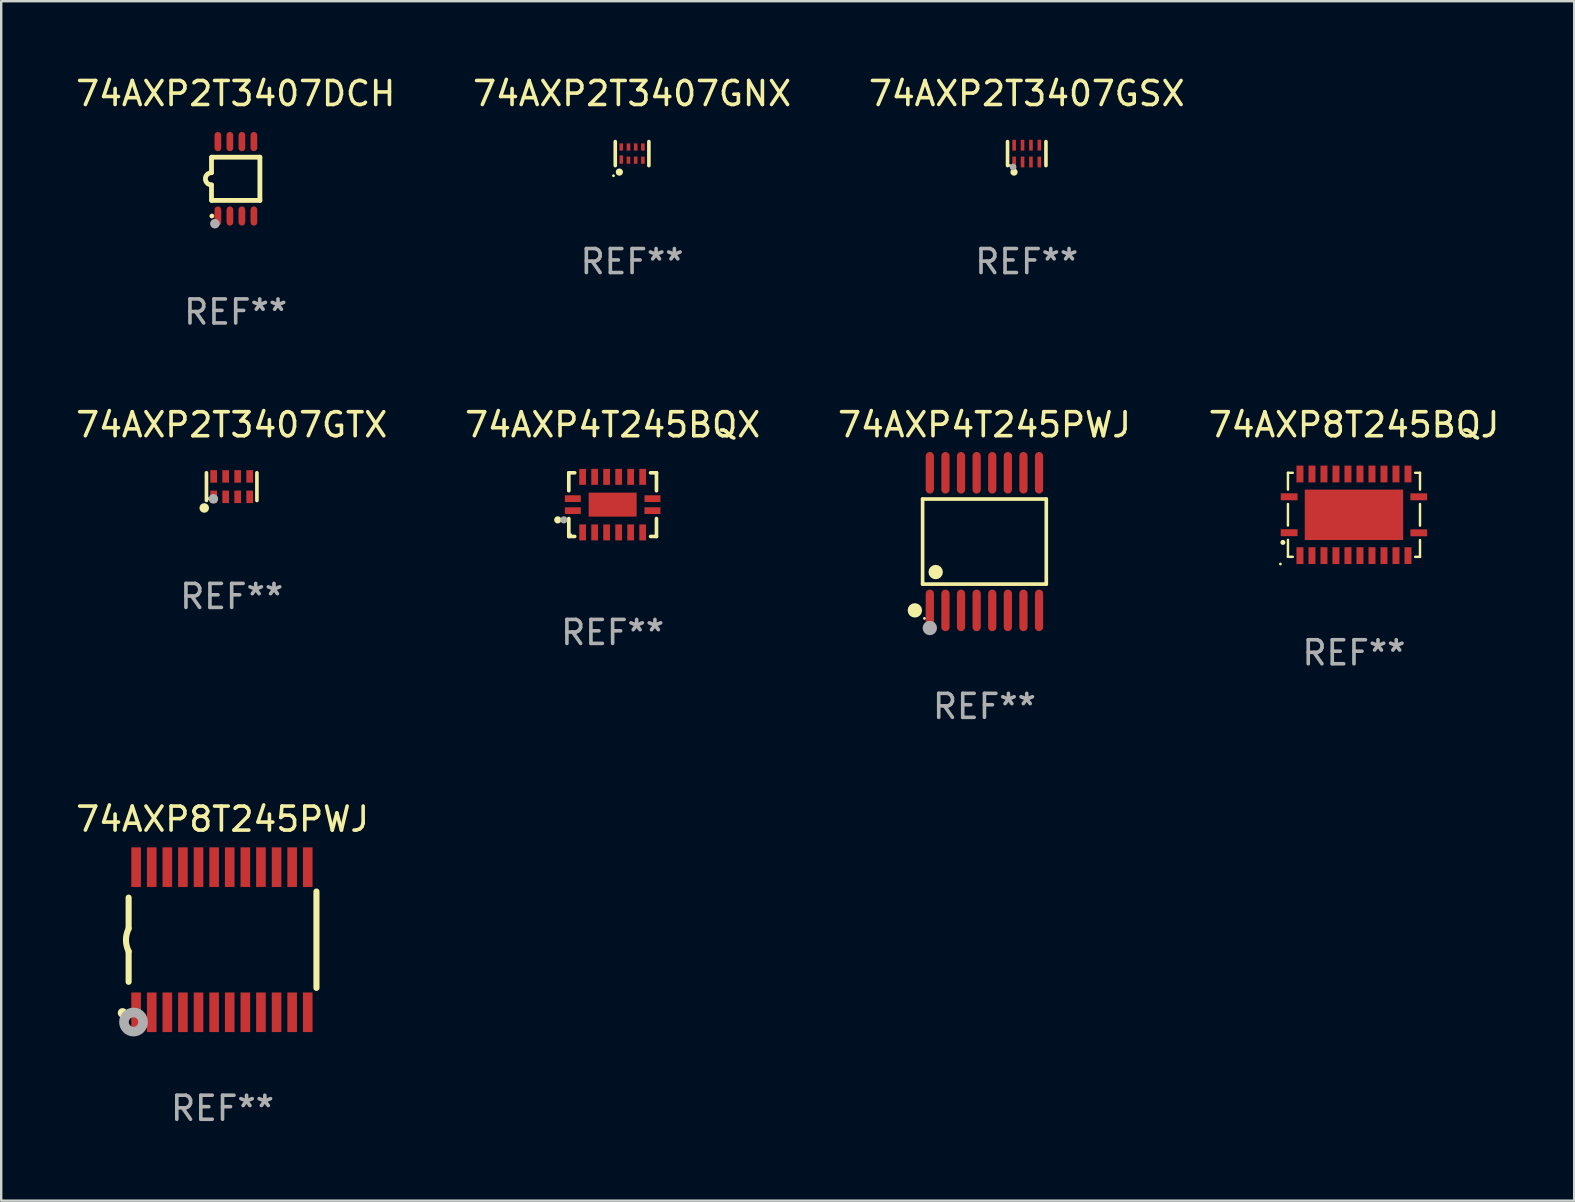
<source format=kicad_pcb>
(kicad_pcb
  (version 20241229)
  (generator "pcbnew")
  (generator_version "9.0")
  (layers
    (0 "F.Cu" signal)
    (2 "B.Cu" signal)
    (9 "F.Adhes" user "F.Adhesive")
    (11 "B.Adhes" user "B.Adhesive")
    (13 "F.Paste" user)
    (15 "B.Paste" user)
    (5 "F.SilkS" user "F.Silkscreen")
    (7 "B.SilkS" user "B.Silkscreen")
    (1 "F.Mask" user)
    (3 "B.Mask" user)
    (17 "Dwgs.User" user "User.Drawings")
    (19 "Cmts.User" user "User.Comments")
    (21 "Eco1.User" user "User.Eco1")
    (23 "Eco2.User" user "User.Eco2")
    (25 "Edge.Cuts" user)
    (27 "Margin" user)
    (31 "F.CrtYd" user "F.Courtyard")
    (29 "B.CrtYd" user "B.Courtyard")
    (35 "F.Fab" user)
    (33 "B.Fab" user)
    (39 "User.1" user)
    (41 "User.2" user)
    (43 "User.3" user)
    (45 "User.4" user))
  (footprint "74AXP4T245PWJ"
    (layer "F.Cu")
    (at 37.958 19.51)
    (property "Reference" "74AXP4T245PWJ" (at 0 -4.866 0) (layer "F.SilkS") (effects (font (size 1 1) (thickness 0.15))))
    (attr through_hole)
    (fp_line (start -2.576 -1.772) (end 2.576 -1.772) (stroke (width 0.152) (type solid)) (layer "F.SilkS"))
    (fp_line (start -2.576 1.771) (end -2.576 -1.772) (stroke (width 0.152) (type solid)) (layer "F.SilkS"))
    (fp_line (start 2.576 -1.772) (end 2.576 1.771) (stroke (width 0.152) (type solid)) (layer "F.SilkS"))
    (fp_line (start 2.576 1.771) (end -2.576 1.771) (stroke (width 0.152) (type solid)) (layer "F.SilkS"))
    (fp_circle (center -2.899 2.866) (end -2.749 2.866) (stroke (width 0.3) (type solid)) (fill no) (layer "F.SilkS"))
    (fp_circle (center -2.5 3.2) (end -2.47 3.2) (stroke (width 0.06) (type solid)) (fill no) (layer "F.SilkS"))
    (fp_circle (center -2.032 1.27) (end -1.882 1.27) (stroke (width 0.3) (type solid)) (fill no) (layer "F.SilkS"))
    (fp_circle (center -2.275 3.6) (end -2.125 3.6) (stroke (width 0.3) (type solid)) (fill no) (layer "F.Fab"))
    (fp_text user "REF**" (at 0 6.866 0) (layer "F.Fab") (effects (font (size 1 1) (thickness 0.15))))
    (pad "1" smd oval (at -2.275 2.866) (size 0.343 1.731) (layers "F.Cu" "F.Mask" "F.Paste"))
    (pad "2" smd oval (at -1.625 2.866) (size 0.343 1.731) (layers "F.Cu" "F.Mask" "F.Paste"))
    (pad "3" smd oval (at -0.975 2.866) (size 0.343 1.731) (layers "F.Cu" "F.Mask" "F.Paste"))
    (pad "4" smd oval (at -0.325 2.866) (size 0.343 1.731) (layers "F.Cu" "F.Mask" "F.Paste"))
    (pad "5" smd oval (at 0.325 2.866) (size 0.343 1.731) (layers "F.Cu" "F.Mask" "F.Paste"))
    (pad "6" smd oval (at 0.975 2.866) (size 0.343 1.731) (layers "F.Cu" "F.Mask" "F.Paste"))
    (pad "7" smd oval (at 1.625 2.866) (size 0.343 1.731) (layers "F.Cu" "F.Mask" "F.Paste"))
    (pad "8" smd oval (at 2.275 2.866) (size 0.343 1.731) (layers "F.Cu" "F.Mask" "F.Paste"))
    (pad "9" smd oval (at 2.275 -2.866) (size 0.343 1.731) (layers "F.Cu" "F.Mask" "F.Paste"))
    (pad "10" smd oval (at 1.625 -2.866) (size 0.343 1.731) (layers "F.Cu" "F.Mask" "F.Paste"))
    (pad "11" smd oval (at 0.975 -2.866) (size 0.343 1.731) (layers "F.Cu" "F.Mask" "F.Paste"))
    (pad "12" smd oval (at 0.325 -2.866) (size 0.343 1.731) (layers "F.Cu" "F.Mask" "F.Paste"))
    (pad "13" smd oval (at -0.325 -2.866) (size 0.343 1.731) (layers "F.Cu" "F.Mask" "F.Paste"))
    (pad "14" smd oval (at -0.975 -2.866) (size 0.343 1.731) (layers "F.Cu" "F.Mask" "F.Paste"))
    (pad "15" smd oval (at -1.625 -2.866) (size 0.343 1.731) (layers "F.Cu" "F.Mask" "F.Paste"))
    (pad "16" smd oval (at -2.275 -2.866) (size 0.343 1.731) (layers "F.Cu" "F.Mask" "F.Paste")))
  (footprint "74AXP2T3407GNX"
    (layer "F.Cu")
    (at 23.28 3.348)
    (property "Reference" "74AXP2T3407GNX" (at 0 -2.5 0) (layer "F.SilkS") (effects (font (size 1 1) (thickness 0.15))))
    (attr through_hole)
    (fp_line (start -0.7 -0.5) (end -0.7 0.5) (stroke (width 0.15) (type solid)) (layer "F.SilkS"))
    (fp_line (start 0.7 -0.5) (end 0.7 0.5) (stroke (width 0.15) (type solid)) (layer "F.SilkS"))
    (fp_circle (center -0.775 0.922) (end -0.745 0.922) (stroke (width 0.06) (type solid)) (fill no) (layer "F.SilkS"))
    (fp_circle (center -0.53 0.77) (end -0.454 0.77) (stroke (width 0.15) (type solid)) (fill no) (layer "F.SilkS"))
    (fp_text user "REF**" (at 0 4.5 0) (layer "F.Fab") (effects (font (size 1 1) (thickness 0.15))))
    (pad "1" smd rect (at -0.45 0.25) (size 0.15 0.35) (layers "F.Cu" "F.Mask" "F.Paste"))
    (pad "2" smd rect (at -0.15 0.275) (size 0.15 0.3) (layers "F.Cu" "F.Mask" "F.Paste"))
    (pad "3" smd rect (at 0.15 0.275) (size 0.15 0.3) (layers "F.Cu" "F.Mask" "F.Paste"))
    (pad "4" smd rect (at 0.45 0.275) (size 0.15 0.3) (layers "F.Cu" "F.Mask" "F.Paste"))
    (pad "5" smd rect (at 0.45 -0.275) (size 0.15 0.3) (layers "F.Cu" "F.Mask" "F.Paste"))
    (pad "6" smd rect (at 0.15 -0.275) (size 0.15 0.3) (layers "F.Cu" "F.Mask" "F.Paste"))
    (pad "7" smd rect (at -0.15 -0.275) (size 0.15 0.3) (layers "F.Cu" "F.Mask" "F.Paste"))
    (pad "8" smd rect (at -0.45 -0.275) (size 0.15 0.3) (layers "F.Cu" "F.Mask" "F.Paste")))
  (footprint "74AXP2T3407DCH"
    (layer "F.Cu")
    (at 6.768 4.398)
    (property "Reference" "74AXP2T3407DCH" (at 0 -3.55 0) (layer "F.SilkS") (effects (font (size 1 1) (thickness 0.15))))
    (attr through_hole)
    (fp_line (start -1.008 -0.254) (end -1.008 -0.9) (stroke (width 0.2) (type solid)) (layer "F.SilkS"))
    (fp_line (start -1.008 0.254) (end -1.008 0.9) (stroke (width 0.2) (type solid)) (layer "F.SilkS"))
    (fp_line (start -0.992 0.9) (end 1.008 0.9) (stroke (width 0.2) (type solid)) (layer "F.SilkS"))
    (fp_line (start 1.008 -0.9) (end -0.992 -0.9) (stroke (width 0.2) (type solid)) (layer "F.SilkS"))
    (fp_line (start 1.008 0.9) (end 1.008 -0.9) (stroke (width 0.2) (type solid)) (layer "F.SilkS"))
    (fp_arc (start -1.008001 0.254001) (mid -1.262002 0) (end -1.008001 -0.254001) (stroke (width 0.2) (type solid)) (layer "F.SilkS"))
    (fp_circle (center -0.992 1.55) (end -0.942 1.55) (stroke (width 0.1) (type solid)) (fill no) (layer "F.SilkS"))
    (fp_circle (center -0.866 1.87) (end -0.766 1.87) (stroke (width 0.2) (type solid)) (fill no) (layer "F.Fab"))
    (fp_text user "REF**" (at 0 5.55 0) (layer "F.Fab") (effects (font (size 1 1) (thickness 0.15))))
    (pad "1" smd oval (at -0.742 1.55 270) (size 0.8 0.28) (layers "F.Cu" "F.Mask" "F.Paste"))
    (pad "2" smd oval (at -0.242 1.55 270) (size 0.8 0.28) (layers "F.Cu" "F.Mask" "F.Paste"))
    (pad "3" smd oval (at 0.258 1.55 270) (size 0.8 0.28) (layers "F.Cu" "F.Mask" "F.Paste"))
    (pad "4" smd oval (at 0.758 1.55 270) (size 0.8 0.28) (layers "F.Cu" "F.Mask" "F.Paste"))
    (pad "5" smd oval (at 0.758 -1.55 270) (size 0.8 0.28) (layers "F.Cu" "F.Mask" "F.Paste"))
    (pad "6" smd oval (at 0.258 -1.55 270) (size 0.8 0.28) (layers "F.Cu" "F.Mask" "F.Paste"))
    (pad "7" smd oval (at -0.242 -1.55 270) (size 0.8 0.28) (layers "F.Cu" "F.Mask" "F.Paste"))
    (pad "8" smd oval (at -0.742 -1.55 270) (size 0.8 0.28) (layers "F.Cu" "F.Mask" "F.Paste")))
  (footprint "74AXP2T3407GSX"
    (layer "F.Cu")
    (at 39.72 3.348)
    (property "Reference" "74AXP2T3407GSX" (at 0 -2.5 0) (layer "F.SilkS") (effects (font (size 1 1) (thickness 0.15))))
    (attr through_hole)
    (fp_line (start -0.8 -0.5) (end -0.8 0.5) (stroke (width 0.15) (type solid)) (layer "F.SilkS"))
    (fp_line (start 0.8 -0.5) (end 0.8 0.5) (stroke (width 0.15) (type solid)) (layer "F.SilkS"))
    (fp_circle (center -0.7 0.5) (end -0.67 0.5) (stroke (width 0.06) (type solid)) (fill no) (layer "F.SilkS"))
    (fp_circle (center -0.53 0.77) (end -0.454 0.77) (stroke (width 0.15) (type solid)) (fill no) (layer "F.SilkS"))
    (fp_circle (center -0.57 0.56) (end -0.5 0.56) (stroke (width 0.14) (type solid)) (fill no) (layer "F.Fab"))
    (fp_text user "REF**" (at 0 4.5 0) (layer "F.Fab") (effects (font (size 1 1) (thickness 0.15))))
    (pad "1" smd rect (at -0.525 0.35) (size 0.15 0.45) (layers "F.Cu" "F.Mask" "F.Paste"))
    (pad "2" smd rect (at -0.175 0.35) (size 0.15 0.45) (layers "F.Cu" "F.Mask" "F.Paste"))
    (pad "3" smd rect (at 0.175 0.35) (size 0.15 0.45) (layers "F.Cu" "F.Mask" "F.Paste"))
    (pad "4" smd rect (at 0.525 0.35) (size 0.15 0.45) (layers "F.Cu" "F.Mask" "F.Paste"))
    (pad "5" smd rect (at 0.525 -0.35) (size 0.15 0.45) (layers "F.Cu" "F.Mask" "F.Paste"))
    (pad "6" smd rect (at 0.175 -0.35) (size 0.15 0.45) (layers "F.Cu" "F.Mask" "F.Paste"))
    (pad "7" smd rect (at -0.175 -0.35) (size 0.15 0.45) (layers "F.Cu" "F.Mask" "F.Paste"))
    (pad "8" smd rect (at -0.525 -0.35) (size 0.15 0.45) (layers "F.Cu" "F.Mask" "F.Paste")))
  (footprint "74AXP4T245BQX"
    (layer "F.Cu")
    (at 22.47 17.971)
    (property "Reference" "74AXP4T245BQX" (at 0 -3.326 0) (layer "F.SilkS") (effects (font (size 1 1) (thickness 0.15))))
    (attr through_hole)
    (fp_line (start -1.826 -1.326) (end -1.58 -1.326) (stroke (width 0.152) (type solid)) (layer "F.SilkS"))
    (fp_line (start -1.826 -0.58) (end -1.826 -1.326) (stroke (width 0.152) (type solid)) (layer "F.SilkS"))
    (fp_line (start -1.826 0.58) (end -1.826 1.326) (stroke (width 0.152) (type solid)) (layer "F.SilkS"))
    (fp_line (start -1.826 1.326) (end -1.58 1.326) (stroke (width 0.152) (type solid)) (layer "F.SilkS"))
    (fp_line (start 1.826 -1.326) (end 1.58 -1.326) (stroke (width 0.152) (type solid)) (layer "F.SilkS"))
    (fp_line (start 1.826 -0.58) (end 1.826 -1.326) (stroke (width 0.152) (type solid)) (layer "F.SilkS"))
    (fp_line (start 1.826 0.58) (end 1.826 1.326) (stroke (width 0.152) (type solid)) (layer "F.SilkS"))
    (fp_line (start 1.826 1.326) (end 1.58 1.326) (stroke (width 0.152) (type solid)) (layer "F.SilkS"))
    (fp_circle (center -2.286 0.635) (end -2.211 0.635) (stroke (width 0.15) (type solid)) (fill no) (layer "F.SilkS"))
    (fp_circle (center -1.75 1.25) (end -1.72 1.25) (stroke (width 0.06) (type solid)) (fill no) (layer "F.SilkS"))
    (fp_circle (center -2.032 0.635) (end -1.957 0.635) (stroke (width 0.15) (type solid)) (fill no) (layer "F.Fab"))
    (fp_text user "REF**" (at 0 5.326 0) (layer "F.Fab") (effects (font (size 1 1) (thickness 0.15))))
    (pad "1" smd rect (at -1.658 0.25) (size 0.665 0.28) (layers "F.Cu" "F.Mask" "F.Paste"))
    (pad "2" smd rect (at -1.25 1.157) (size 0.28 0.665) (layers "F.Cu" "F.Mask" "F.Paste"))
    (pad "3" smd rect (at -0.75 1.157) (size 0.28 0.665) (layers "F.Cu" "F.Mask" "F.Paste"))
    (pad "4" smd rect (at -0.25 1.157) (size 0.28 0.665) (layers "F.Cu" "F.Mask" "F.Paste"))
    (pad "5" smd rect (at 0.25 1.157) (size 0.28 0.665) (layers "F.Cu" "F.Mask" "F.Paste"))
    (pad "6" smd rect (at 0.75 1.157) (size 0.28 0.665) (layers "F.Cu" "F.Mask" "F.Paste"))
    (pad "7" smd rect (at 1.25 1.157) (size 0.28 0.665) (layers "F.Cu" "F.Mask" "F.Paste"))
    (pad "8" smd rect (at 1.658 0.25) (size 0.665 0.28) (layers "F.Cu" "F.Mask" "F.Paste"))
    (pad "9" smd rect (at 1.658 -0.25) (size 0.665 0.28) (layers "F.Cu" "F.Mask" "F.Paste"))
    (pad "10" smd rect (at 1.25 -1.157) (size 0.28 0.665) (layers "F.Cu" "F.Mask" "F.Paste"))
    (pad "11" smd rect (at 0.75 -1.157) (size 0.28 0.665) (layers "F.Cu" "F.Mask" "F.Paste"))
    (pad "12" smd rect (at 0.25 -1.157) (size 0.28 0.665) (layers "F.Cu" "F.Mask" "F.Paste"))
    (pad "13" smd rect (at -0.25 -1.157) (size 0.28 0.665) (layers "F.Cu" "F.Mask" "F.Paste"))
    (pad "14" smd rect (at -0.75 -1.157) (size 0.28 0.665) (layers "F.Cu" "F.Mask" "F.Paste"))
    (pad "15" smd rect (at -1.25 -1.157) (size 0.28 0.665) (layers "F.Cu" "F.Mask" "F.Paste"))
    (pad "16" smd rect (at -1.658 -0.25) (size 0.665 0.28) (layers "F.Cu" "F.Mask" "F.Paste"))
    (pad "17" smd rect (at 0 0) (size 2 1) (layers "F.Cu" "F.Mask" "F.Paste")))
  (footprint "74AXP2T3407GTX"
    (layer "F.Cu")
    (at 6.601 17.221)
    (property "Reference" "74AXP2T3407GTX" (at 0 -2.576 0) (layer "F.SilkS") (effects (font (size 1 1) (thickness 0.15))))
    (attr through_hole)
    (fp_line (start -1.051 0.576) (end -1.051 -0.576) (stroke (width 0.152) (type solid)) (layer "F.SilkS"))
    (fp_line (start 1.051 -0.576) (end 1.051 0.576) (stroke (width 0.152) (type solid)) (layer "F.SilkS"))
    (fp_circle (center -1.143 0.889) (end -1.043 0.889) (stroke (width 0.2) (type solid)) (fill no) (layer "F.SilkS"))
    (fp_circle (center -0.975 0.5) (end -0.945 0.5) (stroke (width 0.06) (type solid)) (fill no) (layer "F.SilkS"))
    (fp_circle (center -0.762 0.508) (end -0.662 0.508) (stroke (width 0.2) (type solid)) (fill no) (layer "F.Fab"))
    (fp_text user "REF**" (at 0 4.576 0) (layer "F.Fab") (effects (font (size 1 1) (thickness 0.15))))
    (pad "1" smd rect (at -0.75 0.425) (size 0.28 0.521) (layers "F.Cu" "F.Mask" "F.Paste"))
    (pad "2" smd rect (at -0.25 0.425) (size 0.28 0.521) (layers "F.Cu" "F.Mask" "F.Paste"))
    (pad "3" smd rect (at 0.25 0.425) (size 0.28 0.521) (layers "F.Cu" "F.Mask" "F.Paste"))
    (pad "4" smd rect (at 0.75 0.425) (size 0.28 0.521) (layers "F.Cu" "F.Mask" "F.Paste"))
    (pad "5" smd rect (at 0.75 -0.425) (size 0.28 0.521) (layers "F.Cu" "F.Mask" "F.Paste"))
    (pad "6" smd rect (at 0.25 -0.425) (size 0.28 0.521) (layers "F.Cu" "F.Mask" "F.Paste"))
    (pad "7" smd rect (at -0.25 -0.425) (size 0.28 0.521) (layers "F.Cu" "F.Mask" "F.Paste"))
    (pad "8" smd rect (at -0.75 -0.425) (size 0.28 0.521) (layers "F.Cu" "F.Mask" "F.Paste")))
  (footprint "74AXP8T245PWJ"
    (layer "F.Cu")
    (at 6.22 36.095)
    (property "Reference" "74AXP8T245PWJ" (at 0 -5.023 0) (layer "F.SilkS") (effects (font (size 1 1) (thickness 0.15))))
    (attr through_hole)
    (fp_line (start -3.912 -0.483) (end -3.912 -1.753) (stroke (width 0.254) (type solid)) (layer "F.SilkS"))
    (fp_line (start -3.912 1.753) (end -3.912 0.483) (stroke (width 0.254) (type solid)) (layer "F.SilkS"))
    (fp_line (start 3.912 -2.007) (end 3.912 2.007) (stroke (width 0.254) (type solid)) (layer "F.SilkS"))
    (fp_arc (start -3.911608 0.482601) (mid -4.022537 0.0127) (end -3.911608 -0.457201) (stroke (width 0.254001) (type solid)) (layer "F.SilkS"))
    (fp_circle (center -4.166 3.048) (end -4.066 3.048) (stroke (width 0.2) (type solid)) (fill no) (layer "F.SilkS"))
    (fp_circle (center -3.925 3.186) (end -3.895 3.186) (stroke (width 0.06) (type solid)) (fill no) (layer "F.SilkS"))
    (fp_circle (center -3.708 3.429) (end -3.509 3.429) (stroke (width 0.4) (type solid)) (fill no) (layer "F.Fab"))
    (fp_text user "REF**" (at 0 7.023 0) (layer "F.Fab") (effects (font (size 1 1) (thickness 0.15))))
    (pad "1" smd rect (at -3.6 3.023) (size 0.4 1.65) (layers "F.Cu" "F.Mask" "F.Paste"))
    (pad "2" smd rect (at -2.95 3.023) (size 0.4 1.65) (layers "F.Cu" "F.Mask" "F.Paste"))
    (pad "3" smd rect (at -2.3 3.023) (size 0.4 1.65) (layers "F.Cu" "F.Mask" "F.Paste"))
    (pad "4" smd rect (at -1.65 3.023) (size 0.4 1.65) (layers "F.Cu" "F.Mask" "F.Paste"))
    (pad "5" smd rect (at -1 3.023) (size 0.4 1.65) (layers "F.Cu" "F.Mask" "F.Paste"))
    (pad "6" smd rect (at -0.35 3.023) (size 0.4 1.65) (layers "F.Cu" "F.Mask" "F.Paste"))
    (pad "7" smd rect (at 0.299 3.023) (size 0.4 1.65) (layers "F.Cu" "F.Mask" "F.Paste"))
    (pad "8" smd rect (at 0.95 3.023) (size 0.4 1.65) (layers "F.Cu" "F.Mask" "F.Paste"))
    (pad "9" smd rect (at 1.6 3.023) (size 0.4 1.65) (layers "F.Cu" "F.Mask" "F.Paste"))
    (pad "10" smd rect (at 2.25 3.023) (size 0.4 1.65) (layers "F.Cu" "F.Mask" "F.Paste"))
    (pad "11" smd rect (at 2.9 3.023) (size 0.4 1.65) (layers "F.Cu" "F.Mask" "F.Paste"))
    (pad "12" smd rect (at 3.549 3.023) (size 0.4 1.65) (layers "F.Cu" "F.Mask" "F.Paste"))
    (pad "13" smd rect (at 3.549 -3.023) (size 0.4 1.65) (layers "F.Cu" "F.Mask" "F.Paste"))
    (pad "14" smd rect (at 2.9 -3.023) (size 0.4 1.65) (layers "F.Cu" "F.Mask" "F.Paste"))
    (pad "15" smd rect (at 2.25 -3.023) (size 0.4 1.65) (layers "F.Cu" "F.Mask" "F.Paste"))
    (pad "16" smd rect (at 1.6 -3.023) (size 0.4 1.65) (layers "F.Cu" "F.Mask" "F.Paste"))
    (pad "17" smd rect (at 0.95 -3.023) (size 0.4 1.65) (layers "F.Cu" "F.Mask" "F.Paste"))
    (pad "18" smd rect (at 0.299 -3.023) (size 0.4 1.65) (layers "F.Cu" "F.Mask" "F.Paste"))
    (pad "19" smd rect (at -0.35 -3.023) (size 0.4 1.65) (layers "F.Cu" "F.Mask" "F.Paste"))
    (pad "20" smd rect (at -1 -3.023) (size 0.4 1.65) (layers "F.Cu" "F.Mask" "F.Paste"))
    (pad "21" smd rect (at -1.65 -3.023) (size 0.4 1.65) (layers "F.Cu" "F.Mask" "F.Paste"))
    (pad "22" smd rect (at -2.3 -3.023) (size 0.4 1.65) (layers "F.Cu" "F.Mask" "F.Paste"))
    (pad "23" smd rect (at -2.95 -3.023) (size 0.4 1.65) (layers "F.Cu" "F.Mask" "F.Paste"))
    (pad "24" smd rect (at -3.6 -3.023) (size 0.4 1.65) (layers "F.Cu" "F.Mask" "F.Paste")))
  (footprint "74AXP8T245BQJ"
    (layer "F.Cu")
    (at 53.351 18.395)
    (property "Reference" "74AXP8T245BQJ" (at 0 -3.75 0) (layer "F.SilkS") (effects (font (size 1 1) (thickness 0.15))))
    (attr through_hole)
    (fp_line (start -2.75 -1.75) (end -2.75 -1.05) (stroke (width 0.102) (type solid)) (layer "F.SilkS"))
    (fp_line (start -2.75 -1.75) (end -2.55 -1.75) (stroke (width 0.102) (type solid)) (layer "F.SilkS"))
    (fp_line (start -2.75 -0.45) (end -2.75 0.445) (stroke (width 0.102) (type solid)) (layer "F.SilkS"))
    (fp_line (start -2.75 1.75) (end -2.75 1.045) (stroke (width 0.102) (type solid)) (layer "F.SilkS"))
    (fp_line (start -2.55 1.75) (end -2.75 1.75) (stroke (width 0.102) (type solid)) (layer "F.SilkS"))
    (fp_line (start 2.55 -1.75) (end 2.75 -1.75) (stroke (width 0.102) (type solid)) (layer "F.SilkS"))
    (fp_line (start 2.75 -1.75) (end 2.75 -1.05) (stroke (width 0.102) (type solid)) (layer "F.SilkS"))
    (fp_line (start 2.75 -0.45) (end 2.75 0.45) (stroke (width 0.102) (type solid)) (layer "F.SilkS"))
    (fp_line (start 2.75 1.05) (end 2.75 1.75) (stroke (width 0.102) (type solid)) (layer "F.SilkS"))
    (fp_line (start 2.75 1.75) (end 2.55 1.75) (stroke (width 0.102) (type solid)) (layer "F.SilkS"))
    (fp_circle (center -3.065 2.05) (end -3.035 2.05) (stroke (width 0.06) (type solid)) (fill no) (layer "F.SilkS"))
    (fp_circle (center -2.96 1.15) (end -2.906 1.15) (stroke (width 0.102) (type solid)) (fill no) (layer "F.SilkS"))
    (fp_text user "REF**" (at 0 5.75 0) (layer "F.Fab") (effects (font (size 1 1) (thickness 0.15))))
    (pad "1" smd rect (at -2.7 0.745 90) (size 0.29 0.7) (layers "F.Cu" "F.Mask" "F.Paste"))
    (pad "2" smd rect (at -2.25 1.7) (size 0.29 0.7) (layers "F.Cu" "F.Mask" "F.Paste"))
    (pad "3" smd rect (at -1.75 1.7) (size 0.29 0.7) (layers "F.Cu" "F.Mask" "F.Paste"))
    (pad "4" smd rect (at -1.25 1.7) (size 0.29 0.7) (layers "F.Cu" "F.Mask" "F.Paste"))
    (pad "5" smd rect (at -0.75 1.7) (size 0.29 0.7) (layers "F.Cu" "F.Mask" "F.Paste"))
    (pad "6" smd rect (at -0.25 1.7) (size 0.29 0.7) (layers "F.Cu" "F.Mask" "F.Paste"))
    (pad "7" smd rect (at 0.25 1.7) (size 0.29 0.7) (layers "F.Cu" "F.Mask" "F.Paste"))
    (pad "8" smd rect (at 0.75 1.7) (size 0.29 0.7) (layers "F.Cu" "F.Mask" "F.Paste"))
    (pad "9" smd rect (at 1.25 1.7) (size 0.29 0.7) (layers "F.Cu" "F.Mask" "F.Paste"))
    (pad "10" smd rect (at 1.75 1.7) (size 0.29 0.7) (layers "F.Cu" "F.Mask" "F.Paste"))
    (pad "11" smd rect (at 2.25 1.7) (size 0.29 0.7) (layers "F.Cu" "F.Mask" "F.Paste"))
    (pad "12" smd rect (at 2.7 0.75 90) (size 0.29 0.7) (layers "F.Cu" "F.Mask" "F.Paste"))
    (pad "13" smd rect (at 2.7 -0.75 90) (size 0.29 0.7) (layers "F.Cu" "F.Mask" "F.Paste"))
    (pad "14" smd rect (at 2.25 -1.7 180) (size 0.29 0.7) (layers "F.Cu" "F.Mask" "F.Paste"))
    (pad "15" smd rect (at 1.75 -1.7 180) (size 0.29 0.7) (layers "F.Cu" "F.Mask" "F.Paste"))
    (pad "16" smd rect (at 1.25 -1.7 180) (size 0.29 0.7) (layers "F.Cu" "F.Mask" "F.Paste"))
    (pad "17" smd rect (at 0.75 -1.7 180) (size 0.29 0.7) (layers "F.Cu" "F.Mask" "F.Paste"))
    (pad "18" smd rect (at 0.25 -1.7 180) (size 0.29 0.7) (layers "F.Cu" "F.Mask" "F.Paste"))
    (pad "19" smd rect (at -0.25 -1.7 180) (size 0.29 0.7) (layers "F.Cu" "F.Mask" "F.Paste"))
    (pad "20" smd rect (at -0.75 -1.7 180) (size 0.29 0.7) (layers "F.Cu" "F.Mask" "F.Paste"))
    (pad "21" smd rect (at -1.25 -1.7 180) (size 0.29 0.7) (layers "F.Cu" "F.Mask" "F.Paste"))
    (pad "22" smd rect (at -1.75 -1.7 180) (size 0.29 0.7) (layers "F.Cu" "F.Mask" "F.Paste"))
    (pad "23" smd rect (at -2.25 -1.7 180) (size 0.29 0.7) (layers "F.Cu" "F.Mask" "F.Paste"))
    (pad "24" smd rect (at -2.7 -0.75 270) (size 0.29 0.7) (layers "F.Cu" "F.Mask" "F.Paste"))
    (pad "25" smd rect (at 0 0) (size 4.1 2.1) (layers "F.Cu" "F.Mask" "F.Paste")))
  (gr_rect
    (start -3 -3)
    (end 62.524 46.966)
    (stroke (width 0.1) (type default))
    (fill no)
    (layer "Edge.Cuts")))
</source>
